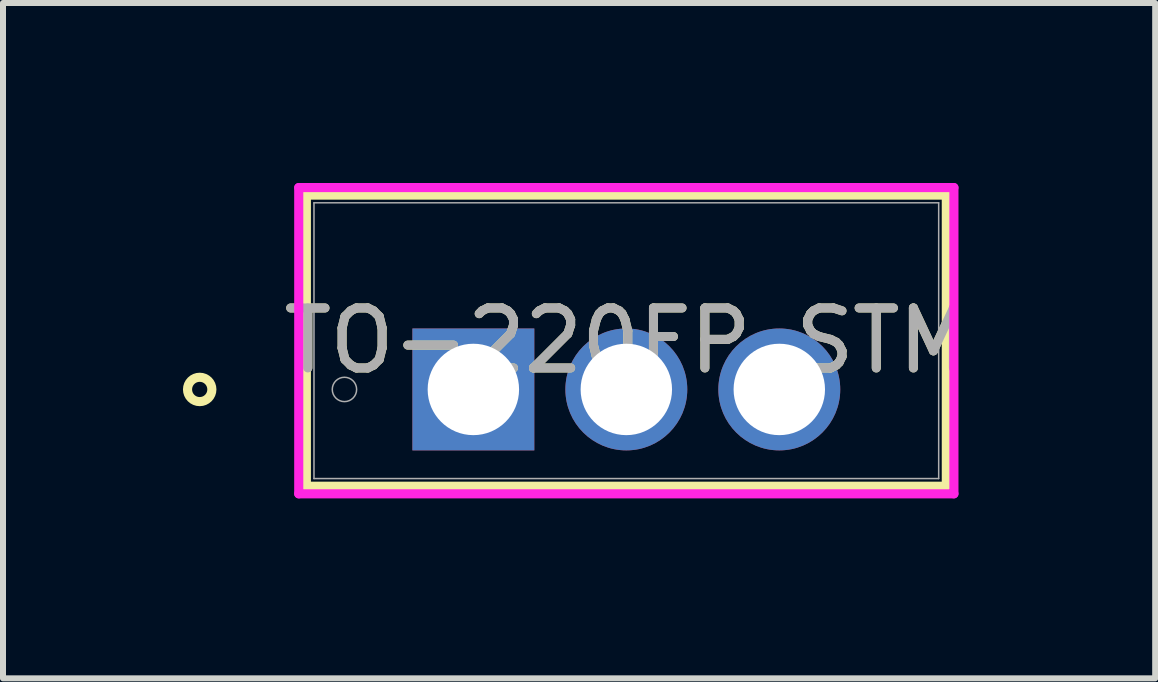
<source format=kicad_pcb>
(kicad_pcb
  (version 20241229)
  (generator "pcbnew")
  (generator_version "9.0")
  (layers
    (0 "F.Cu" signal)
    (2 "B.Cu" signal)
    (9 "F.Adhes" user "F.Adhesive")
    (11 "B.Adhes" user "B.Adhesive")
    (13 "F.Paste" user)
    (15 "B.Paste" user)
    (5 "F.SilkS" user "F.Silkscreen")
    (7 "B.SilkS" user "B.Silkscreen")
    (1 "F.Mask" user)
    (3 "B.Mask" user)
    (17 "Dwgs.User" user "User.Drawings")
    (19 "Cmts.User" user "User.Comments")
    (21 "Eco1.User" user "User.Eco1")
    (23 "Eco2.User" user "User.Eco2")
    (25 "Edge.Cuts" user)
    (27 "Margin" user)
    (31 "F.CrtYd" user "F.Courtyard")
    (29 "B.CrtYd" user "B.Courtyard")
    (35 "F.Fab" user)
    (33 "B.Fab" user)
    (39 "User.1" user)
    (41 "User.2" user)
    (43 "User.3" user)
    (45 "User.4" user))
  (footprint "TO-220FP_STM"
    (layer "F.Cu")
    (at 4.841 3.442)
    (property "Reference" "TO-220FP_STM" (at 2.55 -0.813 0) (unlocked yes) (layer "F.SilkS") (effects (font (size 1 1) (thickness 0.15))))
    (attr through_hole)
    (fp_line (start -2.784 -3.239) (end -2.784 1.613) (stroke (width 0.152) (type solid)) (layer "F.SilkS"))
    (fp_line (start -2.784 1.613) (end 7.884 1.613) (stroke (width 0.152) (type solid)) (layer "F.SilkS"))
    (fp_line (start 7.884 -3.239) (end -2.784 -3.239) (stroke (width 0.152) (type solid)) (layer "F.SilkS"))
    (fp_line (start 7.884 1.613) (end 7.884 -3.239) (stroke (width 0.152) (type solid)) (layer "F.SilkS"))
    (fp_circle (center -4.562 0) (end -4.359 0) (stroke (width 0.152) (type solid)) (fill no) (layer "F.SilkS"))
    (fp_line (start -2.911 -3.365) (end 8.011 -3.365) (stroke (width 0.152) (type solid)) (layer "F.CrtYd"))
    (fp_line (start -2.911 1.74) (end -2.911 -3.365) (stroke (width 0.152) (type solid)) (layer "F.CrtYd"))
    (fp_line (start 8.011 -3.365) (end 8.011 1.74) (stroke (width 0.152) (type solid)) (layer "F.CrtYd"))
    (fp_line (start 8.011 1.74) (end -2.911 1.74) (stroke (width 0.152) (type solid)) (layer "F.CrtYd"))
    (fp_line (start -2.657 -3.111) (end -2.657 1.486) (stroke (width 0.025) (type solid)) (layer "F.Fab"))
    (fp_line (start -2.657 1.486) (end 7.757 1.486) (stroke (width 0.025) (type solid)) (layer "F.Fab"))
    (fp_line (start -0.254 0) (end 0.254 0) (stroke (width 0.152) (type solid)) (layer "F.Fab"))
    (fp_line (start 0 0.254) (end 0 -0.254) (stroke (width 0.152) (type solid)) (layer "F.Fab"))
    (fp_line (start 7.757 -3.111) (end -2.657 -3.111) (stroke (width 0.025) (type solid)) (layer "F.Fab"))
    (fp_line (start 7.757 1.486) (end 7.757 -3.111) (stroke (width 0.025) (type solid)) (layer "F.Fab"))
    (fp_circle (center -2.149 0) (end -1.946 0) (stroke (width 0.025) (type solid)) (fill no) (layer "F.Fab"))
    (fp_text user "${REFERENCE}" (at 2.55 -0.813 0) (unlocked yes) (layer "F.Fab") (effects (font (size 1 1) (thickness 0.15))))
    (pad "1" thru_hole rect (at 0 0) (size 2.032 2.032) (drill 1.524) (layers "*.Cu" "*.Mask"))
    (pad "2" thru_hole circle (at 2.55 0) (size 2.032 2.032) (drill 1.524) (layers "*.Cu" "*.Mask"))
    (pad "3" thru_hole circle (at 5.1 0) (size 2.032 2.032) (drill 1.524) (layers "*.Cu" "*.Mask")))
  (gr_rect
    (start -3 -3)
    (end 16.207 8.258)
    (stroke (width 0.1) (type default))
    (fill no)
    (layer "Edge.Cuts")))
</source>
